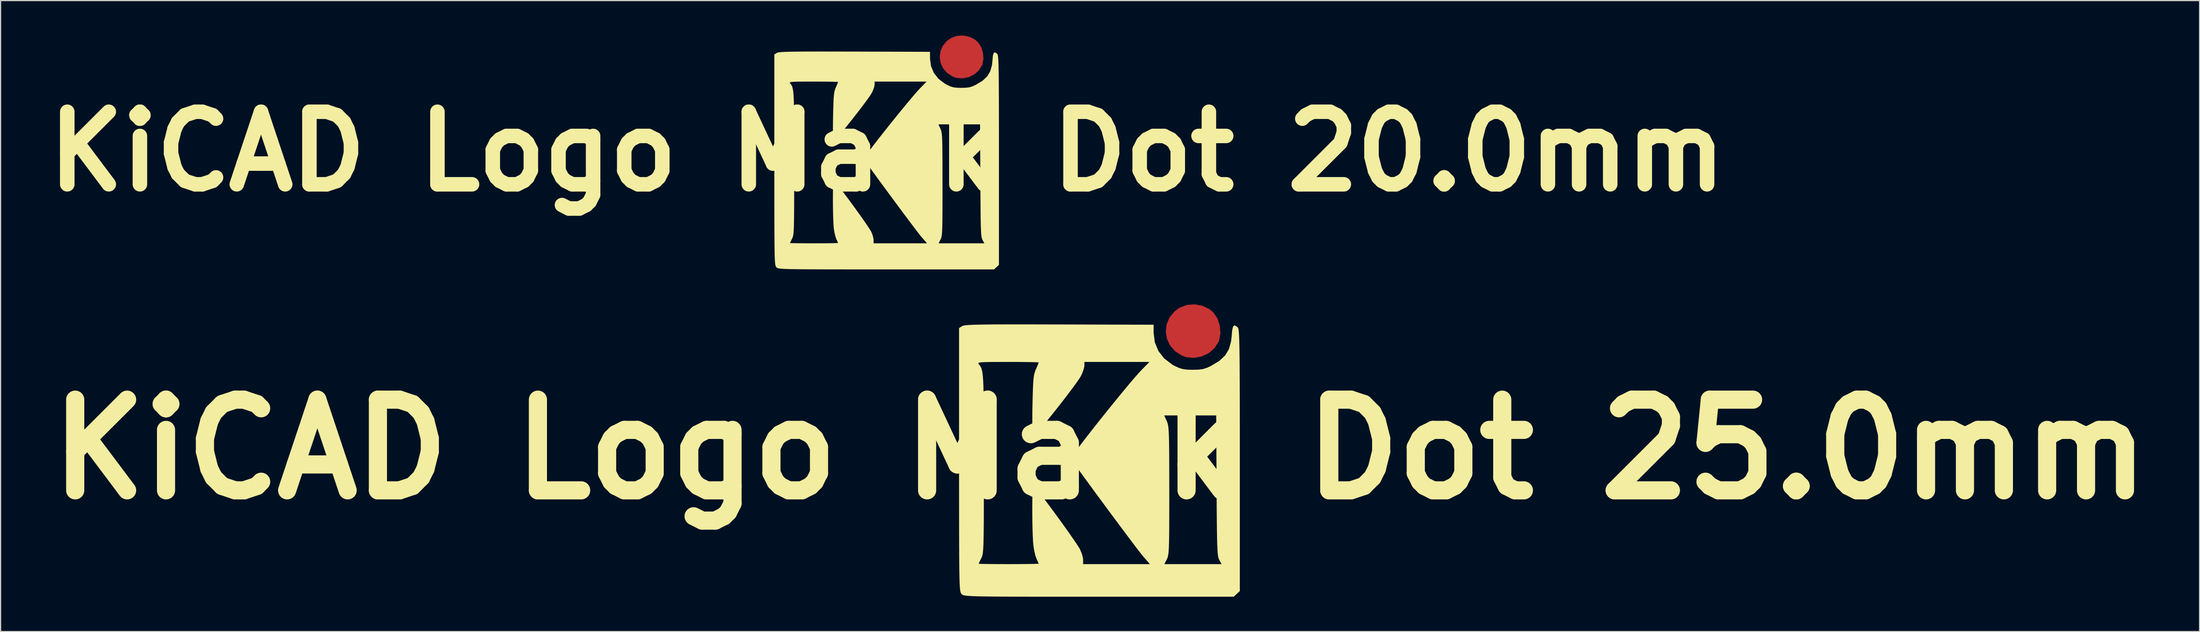
<source format=kicad_pcb>
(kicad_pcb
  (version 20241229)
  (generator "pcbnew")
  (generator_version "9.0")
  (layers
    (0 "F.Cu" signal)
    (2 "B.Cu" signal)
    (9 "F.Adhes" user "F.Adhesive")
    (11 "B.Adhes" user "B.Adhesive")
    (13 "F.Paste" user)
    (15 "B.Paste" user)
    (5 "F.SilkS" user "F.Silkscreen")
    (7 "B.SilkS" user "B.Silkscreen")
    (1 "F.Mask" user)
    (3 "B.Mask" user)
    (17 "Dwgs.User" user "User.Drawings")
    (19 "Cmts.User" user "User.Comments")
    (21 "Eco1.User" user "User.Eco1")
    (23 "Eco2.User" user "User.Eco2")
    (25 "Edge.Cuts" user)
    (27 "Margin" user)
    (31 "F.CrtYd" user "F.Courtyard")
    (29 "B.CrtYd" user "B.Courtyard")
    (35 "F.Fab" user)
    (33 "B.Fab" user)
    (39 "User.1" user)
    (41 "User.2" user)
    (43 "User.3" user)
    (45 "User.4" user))
  (footprint "KiCAD Logo Mask Dot 20.0mm"
    (layer "F.Cu")
    (at 73.248 9.994)
    (property "Reference" "KiCAD Logo Mask Dot 20.0mm" (at 0 0 180) (layer "F.SilkS") (effects (font (size 6.248 6.248) (thickness 1.248))))
    (attr board_only exclude_from_pos_files exclude_from_bom)
    (fp_poly (pts (xy 7.031 -9.892) (xy 7.515 -9.661) (xy 7.809 -9.413) (xy 8.081 -9.001) (xy 8.242 -8.502) (xy 8.281 -7.977) (xy 8.187 -7.488) (xy 8.162 -7.426) (xy 7.881 -6.978) (xy 7.481 -6.631) (xy 7 -6.4) (xy 6.476 -6.3) (xy 5.949 -6.345) (xy 5.634 -6.454) (xy 5.156 -6.762) (xy 4.81 -7.162) (xy 4.597 -7.624) (xy 4.52 -8.119) (xy 4.581 -8.616) (xy 4.779 -9.086) (xy 5.118 -9.499) (xy 5.461 -9.751) (xy 5.957 -9.944) (xy 6.496 -9.989)) (stroke (width 0) (type solid)) (fill yes) (layer "F.Cu"))
    (fp_poly (pts (xy 7.012 -9.897) (xy 7.496 -9.666) (xy 7.789 -9.418) (xy 8.062 -9.006) (xy 8.223 -8.507) (xy 8.262 -7.982) (xy 8.167 -7.493) (xy 8.143 -7.431) (xy 7.862 -6.983) (xy 7.462 -6.636) (xy 6.981 -6.405) (xy 6.457 -6.305) (xy 5.93 -6.351) (xy 5.615 -6.459) (xy 5.137 -6.767) (xy 4.79 -7.167) (xy 4.578 -7.629) (xy 4.501 -8.124) (xy 4.561 -8.621) (xy 4.76 -9.091) (xy 5.099 -9.504) (xy 5.442 -9.756) (xy 5.938 -9.949) (xy 6.477 -9.994)) (stroke (width 0) (type solid)) (fill yes) (layer "F.Mask"))
    (fp_poly (pts (xy -4.701 -8.606) (xy -3.544 -8.603) (xy -2.805 -8.602) (xy 3.684 -8.583) (xy 3.684 -8.017) (xy 3.768 -7.358) (xy 4.015 -6.766) (xy 4.416 -6.256) (xy 4.961 -5.84) (xy 5.141 -5.741) (xy 5.442 -5.602) (xy 5.711 -5.523) (xy 6.021 -5.488) (xy 6.379 -5.48) (xy 6.784 -5.49) (xy 7.084 -5.531) (xy 7.355 -5.618) (xy 7.628 -5.745) (xy 8.193 -6.084) (xy 8.599 -6.46) (xy 8.866 -6.905) (xy 9.015 -7.448) (xy 9.056 -7.839) (xy 9.092 -8.233) (xy 9.152 -8.462) (xy 9.244 -8.539) (xy 9.38 -8.477) (xy 9.472 -8.394) (xy 9.495 -8.357) (xy 9.516 -8.289) (xy 9.534 -8.18) (xy 9.549 -8.018) (xy 9.563 -7.795) (xy 9.574 -7.499) (xy 9.584 -7.121) (xy 9.592 -6.65) (xy 9.598 -6.075) (xy 9.603 -5.386) (xy 9.607 -4.574) (xy 9.61 -3.628) (xy 9.612 -2.537) (xy 9.613 -1.291) (xy 9.613 0.12) (xy 9.613 0.754) (xy 9.613 9.761) (xy 9.405 9.957) (xy 9.197 10.152) (xy -0.073 10.152) (xy -1.566 10.152) (xy -2.89 10.152) (xy -4.055 10.151) (xy -5.071 10.15) (xy -5.949 10.147) (xy -6.7 10.144) (xy -7.333 10.14) (xy -7.86 10.134) (xy -8.29 10.126) (xy -8.635 10.117) (xy -8.903 10.105) (xy -9.107 10.092) (xy -9.256 10.076) (xy -9.36 10.057) (xy -9.431 10.036) (xy -9.478 10.011) (xy -9.512 9.983) (xy -9.523 9.972) (xy -9.552 9.94) (xy -9.578 9.899) (xy -9.601 9.837) (xy -9.621 9.745) (xy -9.638 9.612) (xy -9.652 9.428) (xy -9.665 9.181) (xy -9.675 8.862) (xy -9.683 8.46) (xy -9.689 7.964) (xy -9.694 7.364) (xy -9.698 6.649) (xy -9.7 5.809) (xy -9.702 4.833) (xy -9.702 3.711) (xy -9.703 2.432) (xy -9.703 0.986) (xy -9.703 0.721) (xy -9.703 -5.911) (xy -8.374 -5.911) (xy -8.342 -5.862) (xy -8.275 -5.78) (xy -8.218 -5.693) (xy -8.17 -5.589) (xy -8.129 -5.455) (xy -8.095 -5.277) (xy -8.067 -5.043) (xy -8.045 -4.739) (xy -8.028 -4.353) (xy -8.016 -3.871) (xy -8.007 -3.28) (xy -8.001 -2.567) (xy -7.998 -1.719) (xy -7.996 -0.724) (xy -7.996 0.433) (xy -7.996 0.973) (xy -7.996 2.178) (xy -7.997 3.215) (xy -7.998 4.1) (xy -8.001 4.845) (xy -8.005 5.463) (xy -8.012 5.967) (xy -8.021 6.371) (xy -8.032 6.689) (xy -8.047 6.932) (xy -8.065 7.115) (xy -8.086 7.251) (xy -8.112 7.353) (xy -8.143 7.434) (xy -8.176 7.502) (xy -8.284 7.72) (xy -8.348 7.859) (xy -8.355 7.88) (xy -8.27 7.888) (xy -8.029 7.894) (xy -7.66 7.899) (xy -7.185 7.903) (xy -6.632 7.906) (xy -6.289 7.906) (xy -5.701 7.905) (xy -5.178 7.901) (xy -4.746 7.896) (xy -4.428 7.888) (xy -4.251 7.88) (xy -4.223 7.875) (xy -4.259 7.782) (xy -4.347 7.594) (xy -4.369 7.551) (xy -4.454 7.31) (xy -4.534 6.966) (xy -4.589 6.616) (xy -4.614 6.319) (xy -4.634 5.914) (xy -4.65 5.433) (xy -4.66 4.907) (xy -4.666 4.365) (xy -4.666 3.839) (xy -4.661 3.359) (xy -4.651 2.956) (xy -4.635 2.66) (xy -4.613 2.502) (xy -4.604 2.485) (xy -4.535 2.542) (xy -4.379 2.726) (xy -4.151 3.014) (xy -3.867 3.385) (xy -3.542 3.817) (xy -3.192 4.29) (xy -2.833 4.782) (xy -2.48 5.271) (xy -2.149 5.737) (xy -1.856 6.157) (xy -1.616 6.511) (xy -1.445 6.777) (xy -1.373 6.903) (xy -1.249 7.208) (xy -1.176 7.505) (xy -1.168 7.607) (xy -1.168 7.906) (xy 1.131 7.906) (xy 3.429 7.906) (xy 2.938 7.345) (xy 2.811 7.188) (xy 2.593 6.905) (xy 2.297 6.516) (xy 1.94 6.04) (xy 1.533 5.497) (xy 1.093 4.905) (xy 0.634 4.285) (xy 0.169 3.656) (xy -0.286 3.037) (xy -0.718 2.448) (xy -1.112 1.908) (xy -1.454 1.437) (xy -1.729 1.054) (xy -1.922 0.778) (xy -2.014 0.642) (xy -1.973 0.552) (xy -1.831 0.342) (xy -1.603 0.028) (xy -1.301 -0.372) (xy -0.94 -0.842) (xy -0.534 -1.362) (xy -0.095 -1.917) (xy 0.238 -2.336) (xy 4.411 -2.336) (xy 4.584 -1.954) (xy 4.624 -1.859) (xy 4.657 -1.751) (xy 4.684 -1.616) (xy 4.706 -1.436) (xy 4.723 -1.196) (xy 4.736 -0.879) (xy 4.746 -0.47) (xy 4.752 0.048) (xy 4.756 0.691) (xy 4.758 1.475) (xy 4.759 2.416) (xy 4.76 2.833) (xy 4.76 3.841) (xy 4.759 4.685) (xy 4.756 5.38) (xy 4.751 5.945) (xy 4.743 6.393) (xy 4.732 6.741) (xy 4.717 7.005) (xy 4.698 7.202) (xy 4.673 7.346) (xy 4.643 7.454) (xy 4.607 7.542) (xy 4.592 7.573) (xy 4.422 7.906) (xy 6.391 7.906) (xy 8.36 7.906) (xy 8.2 7.614) (xy 8.165 7.539) (xy 8.135 7.441) (xy 8.11 7.306) (xy 8.09 7.12) (xy 8.073 6.866) (xy 8.059 6.531) (xy 8.048 6.099) (xy 8.038 5.555) (xy 8.031 4.885) (xy 8.024 4.073) (xy 8.018 3.105) (xy 8.015 2.493) (xy 7.989 -2.336) (xy 6.2 -2.336) (xy 4.411 -2.336) (xy 0.238 -2.336) (xy 0.361 -2.489) (xy 0.821 -3.06) (xy 1.271 -3.614) (xy 1.697 -4.132) (xy 2.086 -4.597) (xy 2.424 -4.993) (xy 2.697 -5.301) (xy 2.842 -5.456) (xy 3.393 -6.019) (xy 1.157 -6.019) (xy -1.078 -6.019) (xy -1.078 -5.76) (xy -1.12 -5.536) (xy -1.229 -5.239) (xy -1.325 -5.04) (xy -1.45 -4.839) (xy -1.657 -4.542) (xy -1.93 -4.168) (xy -2.252 -3.74) (xy -2.607 -3.279) (xy -2.978 -2.805) (xy -3.347 -2.34) (xy -3.699 -1.904) (xy -4.017 -1.52) (xy -4.284 -1.207) (xy -4.483 -0.988) (xy -4.598 -0.882) (xy -4.617 -0.877) (xy -4.638 -0.977) (xy -4.654 -1.233) (xy -4.662 -1.621) (xy -4.664 -2.116) (xy -4.658 -2.695) (xy -4.652 -3.003) (xy -4.636 -3.68) (xy -4.62 -4.205) (xy -4.6 -4.603) (xy -4.575 -4.9) (xy -4.541 -5.125) (xy -4.497 -5.302) (xy -4.44 -5.46) (xy -4.415 -5.517) (xy -4.307 -5.767) (xy -4.237 -5.939) (xy -4.223 -5.986) (xy -4.308 -5.995) (xy -4.549 -6.004) (xy -4.92 -6.011) (xy -5.396 -6.016) (xy -5.953 -6.019) (xy -6.348 -6.019) (xy -7.018 -6.019) (xy -7.528 -6.016) (xy -7.898 -6.009) (xy -8.148 -5.997) (xy -8.297 -5.977) (xy -8.366 -5.949) (xy -8.374 -5.911) (xy -9.703 -5.911) (xy -9.703 -8.351) (xy -9.498 -8.485) (xy -9.44 -8.511) (xy -9.343 -8.533) (xy -9.195 -8.552) (xy -8.983 -8.568) (xy -8.695 -8.581) (xy -8.32 -8.591) (xy -7.844 -8.598) (xy -7.257 -8.603) (xy -6.545 -8.606) (xy -5.698 -8.607)) (stroke (width 0) (type solid)) (fill yes) (layer "F.SilkS")))
  (footprint "KiCAD Logo Mask Dot 25.0mm"
    (layer "F.Cu")
    (at 91.56 35.638)
    (property "Reference" "KiCAD Logo Mask Dot 25.0mm" (at 0 0 180) (layer "F.SilkS") (effects (font (size 7.81 7.81) (thickness 1.56))))
    (attr board_only exclude_from_pos_files exclude_from_bom)
    (fp_poly (pts (xy 8.789 -12.365) (xy 9.394 -12.076) (xy 9.761 -11.766) (xy 10.102 -11.251) (xy 10.303 -10.627) (xy 10.351 -9.971) (xy 10.233 -9.359) (xy 10.203 -9.283) (xy 9.852 -8.722) (xy 9.351 -8.289) (xy 8.75 -8) (xy 8.096 -7.875) (xy 7.436 -7.932) (xy 7.043 -8.067) (xy 6.445 -8.452) (xy 6.012 -8.952) (xy 5.747 -9.53) (xy 5.651 -10.148) (xy 5.726 -10.77) (xy 5.974 -11.357) (xy 6.398 -11.874) (xy 6.827 -12.189) (xy 7.446 -12.43) (xy 8.12 -12.486)) (stroke (width 0) (type solid)) (fill yes) (layer "F.Cu"))
    (fp_poly (pts (xy 8.765 -12.372) (xy 9.37 -12.083) (xy 9.737 -11.773) (xy 10.078 -11.258) (xy 10.279 -10.634) (xy 10.327 -9.978) (xy 10.209 -9.366) (xy 10.179 -9.289) (xy 9.828 -8.729) (xy 9.327 -8.295) (xy 8.726 -8.007) (xy 8.072 -7.881) (xy 7.412 -7.938) (xy 7.019 -8.074) (xy 6.421 -8.459) (xy 5.988 -8.959) (xy 5.723 -9.537) (xy 5.627 -10.155) (xy 5.702 -10.776) (xy 5.95 -11.364) (xy 6.373 -11.88) (xy 6.803 -12.196) (xy 7.422 -12.436) (xy 8.096 -12.492)) (stroke (width 0) (type solid)) (fill yes) (layer "F.Mask"))
    (fp_poly (pts (xy -5.877 -10.757) (xy -4.431 -10.754) (xy -3.506 -10.752) (xy 4.604 -10.729) (xy 4.604 -10.021) (xy 4.71 -9.198) (xy 5.019 -8.458) (xy 5.519 -7.82) (xy 6.201 -7.3) (xy 6.426 -7.177) (xy 6.803 -7.003) (xy 7.139 -6.904) (xy 7.526 -6.859) (xy 7.973 -6.85) (xy 8.479 -6.863) (xy 8.855 -6.914) (xy 9.194 -7.022) (xy 9.535 -7.182) (xy 10.241 -7.604) (xy 10.748 -8.075) (xy 11.082 -8.631) (xy 11.268 -9.31) (xy 11.32 -9.798) (xy 11.365 -10.291) (xy 11.44 -10.577) (xy 11.555 -10.673) (xy 11.725 -10.596) (xy 11.84 -10.492) (xy 11.869 -10.446) (xy 11.895 -10.361) (xy 11.917 -10.224) (xy 11.937 -10.023) (xy 11.954 -9.744) (xy 11.968 -9.374) (xy 11.98 -8.901) (xy 11.99 -8.312) (xy 11.998 -7.593) (xy 12.004 -6.733) (xy 12.009 -5.718) (xy 12.012 -4.535) (xy 12.014 -3.171) (xy 12.016 -1.614) (xy 12.016 0.15) (xy 12.016 0.943) (xy 12.016 12.202) (xy 11.756 12.446) (xy 11.496 12.69) (xy -0.091 12.69) (xy -1.958 12.69) (xy -3.612 12.69) (xy -5.068 12.689) (xy -6.339 12.687) (xy -7.436 12.684) (xy -8.375 12.68) (xy -9.167 12.675) (xy -9.825 12.667) (xy -10.363 12.658) (xy -10.793 12.646) (xy -11.129 12.632) (xy -11.384 12.615) (xy -11.57 12.595) (xy -11.7 12.571) (xy -11.789 12.544) (xy -11.848 12.514) (xy -11.89 12.479) (xy -11.904 12.466) (xy -11.941 12.425) (xy -11.973 12.373) (xy -12.001 12.296) (xy -12.026 12.181) (xy -12.047 12.015) (xy -12.065 11.785) (xy -12.081 11.476) (xy -12.093 11.077) (xy -12.103 10.575) (xy -12.111 9.955) (xy -12.117 9.205) (xy -12.122 8.311) (xy -12.125 7.261) (xy -12.127 6.041) (xy -12.128 4.639) (xy -12.129 3.04) (xy -12.129 1.233) (xy -12.129 0.901) (xy -12.129 -7.389) (xy -10.468 -7.389) (xy -10.427 -7.328) (xy -10.344 -7.224) (xy -10.273 -7.116) (xy -10.212 -6.986) (xy -10.161 -6.818) (xy -10.118 -6.596) (xy -10.084 -6.303) (xy -10.056 -5.924) (xy -10.035 -5.441) (xy -10.02 -4.838) (xy -10.009 -4.1) (xy -10.001 -3.209) (xy -9.997 -2.149) (xy -9.995 -0.905) (xy -9.995 0.541) (xy -9.995 1.217) (xy -9.995 2.722) (xy -9.996 4.019) (xy -9.998 5.125) (xy -10.001 6.056) (xy -10.007 6.828) (xy -10.015 7.459) (xy -10.026 7.964) (xy -10.04 8.361) (xy -10.058 8.665) (xy -10.081 8.894) (xy -10.108 9.064) (xy -10.14 9.191) (xy -10.179 9.292) (xy -10.219 9.377) (xy -10.355 9.651) (xy -10.435 9.824) (xy -10.444 9.85) (xy -10.337 9.859) (xy -10.037 9.868) (xy -9.574 9.874) (xy -8.982 9.879) (xy -8.29 9.882) (xy -7.861 9.883) (xy -7.126 9.881) (xy -6.473 9.876) (xy -5.932 9.869) (xy -5.535 9.861) (xy -5.314 9.85) (xy -5.278 9.844) (xy -5.323 9.728) (xy -5.434 9.492) (xy -5.461 9.438) (xy -5.568 9.137) (xy -5.668 8.708) (xy -5.737 8.27) (xy -5.768 7.898) (xy -5.793 7.393) (xy -5.812 6.792) (xy -5.825 6.134) (xy -5.832 5.456) (xy -5.832 4.799) (xy -5.826 4.199) (xy -5.813 3.695) (xy -5.793 3.325) (xy -5.767 3.127) (xy -5.755 3.106) (xy -5.669 3.178) (xy -5.474 3.407) (xy -5.189 3.767) (xy -4.833 4.231) (xy -4.427 4.771) (xy -3.99 5.363) (xy -3.541 5.977) (xy -3.1 6.589) (xy -2.687 7.171) (xy -2.32 7.697) (xy -2.02 8.139) (xy -1.806 8.471) (xy -1.716 8.629) (xy -1.562 9.01) (xy -1.47 9.382) (xy -1.46 9.509) (xy -1.46 9.883) (xy 1.413 9.883) (xy 4.286 9.883) (xy 3.672 9.181) (xy 3.514 8.985) (xy 3.241 8.632) (xy 2.872 8.145) (xy 2.424 7.55) (xy 1.917 6.871) (xy 1.367 6.132) (xy 0.792 5.357) (xy 0.212 4.57) (xy -0.358 3.797) (xy -0.898 3.06) (xy -1.39 2.385) (xy -1.817 1.796) (xy -2.161 1.317) (xy -2.403 0.973) (xy -2.517 0.802) (xy -2.466 0.69) (xy -2.289 0.427) (xy -2.003 0.035) (xy -1.626 -0.466) (xy -1.175 -1.052) (xy -0.667 -1.703) (xy -0.119 -2.397) (xy 0.298 -2.92) (xy 5.514 -2.92) (xy 5.73 -2.443) (xy 5.78 -2.323) (xy 5.821 -2.189) (xy 5.855 -2.02) (xy 5.883 -1.795) (xy 5.904 -1.495) (xy 5.92 -1.099) (xy 5.932 -0.588) (xy 5.94 0.06) (xy 5.945 0.864) (xy 5.948 1.843) (xy 5.949 3.02) (xy 5.95 3.542) (xy 5.95 4.801) (xy 5.948 5.856) (xy 5.945 6.726) (xy 5.939 7.431) (xy 5.929 7.991) (xy 5.915 8.426) (xy 5.897 8.757) (xy 5.872 9.002) (xy 5.842 9.183) (xy 5.804 9.318) (xy 5.758 9.428) (xy 5.74 9.466) (xy 5.527 9.883) (xy 7.988 9.883) (xy 10.45 9.883) (xy 10.25 9.518) (xy 10.207 9.423) (xy 10.169 9.301) (xy 10.138 9.133) (xy 10.112 8.9) (xy 10.091 8.583) (xy 10.074 8.164) (xy 10.059 7.624) (xy 10.048 6.944) (xy 10.039 6.106) (xy 10.03 5.092) (xy 10.023 3.881) (xy 10.018 3.116) (xy 9.986 -2.92) (xy 7.75 -2.92) (xy 5.514 -2.92) (xy 0.298 -2.92) (xy 0.451 -3.112) (xy 1.026 -3.826) (xy 1.588 -4.517) (xy 2.122 -5.165) (xy 2.608 -5.747) (xy 3.03 -6.241) (xy 3.371 -6.626) (xy 3.552 -6.819) (xy 4.241 -7.524) (xy 1.447 -7.524) (xy -1.348 -7.524) (xy -1.348 -7.2) (xy -1.401 -6.92) (xy -1.537 -6.549) (xy -1.656 -6.3) (xy -1.812 -6.049) (xy -2.071 -5.677) (xy -2.413 -5.21) (xy -2.816 -4.675) (xy -3.259 -4.099) (xy -3.722 -3.506) (xy -4.184 -2.925) (xy -4.624 -2.38) (xy -5.022 -1.9) (xy -5.355 -1.509) (xy -5.604 -1.234) (xy -5.748 -1.103) (xy -5.771 -1.096) (xy -5.798 -1.222) (xy -5.817 -1.542) (xy -5.828 -2.026) (xy -5.83 -2.645) (xy -5.823 -3.369) (xy -5.815 -3.754) (xy -5.796 -4.6) (xy -5.775 -5.256) (xy -5.75 -5.753) (xy -5.719 -6.126) (xy -5.677 -6.406) (xy -5.622 -6.628) (xy -5.55 -6.824) (xy -5.519 -6.896) (xy -5.384 -7.208) (xy -5.297 -7.424) (xy -5.278 -7.482) (xy -5.385 -7.494) (xy -5.686 -7.505) (xy -6.15 -7.513) (xy -6.745 -7.52) (xy -7.442 -7.524) (xy -7.935 -7.524) (xy -8.772 -7.523) (xy -9.41 -7.52) (xy -9.873 -7.511) (xy -10.185 -7.496) (xy -10.372 -7.471) (xy -10.458 -7.437) (xy -10.468 -7.389) (xy -12.129 -7.389) (xy -12.129 -10.439) (xy -11.873 -10.607) (xy -11.8 -10.639) (xy -11.679 -10.667) (xy -11.493 -10.69) (xy -11.228 -10.71) (xy -10.869 -10.726) (xy -10.399 -10.738) (xy -9.805 -10.747) (xy -9.071 -10.754) (xy -8.182 -10.757) (xy -7.122 -10.758)) (stroke (width 0) (type solid)) (fill yes) (layer "F.SilkS")))
  (gr_rect
    (start -3 -3)
    (end 186.12 51.328)
    (stroke (width 0.1) (type default))
    (fill no)
    (layer "Edge.Cuts")))
</source>
